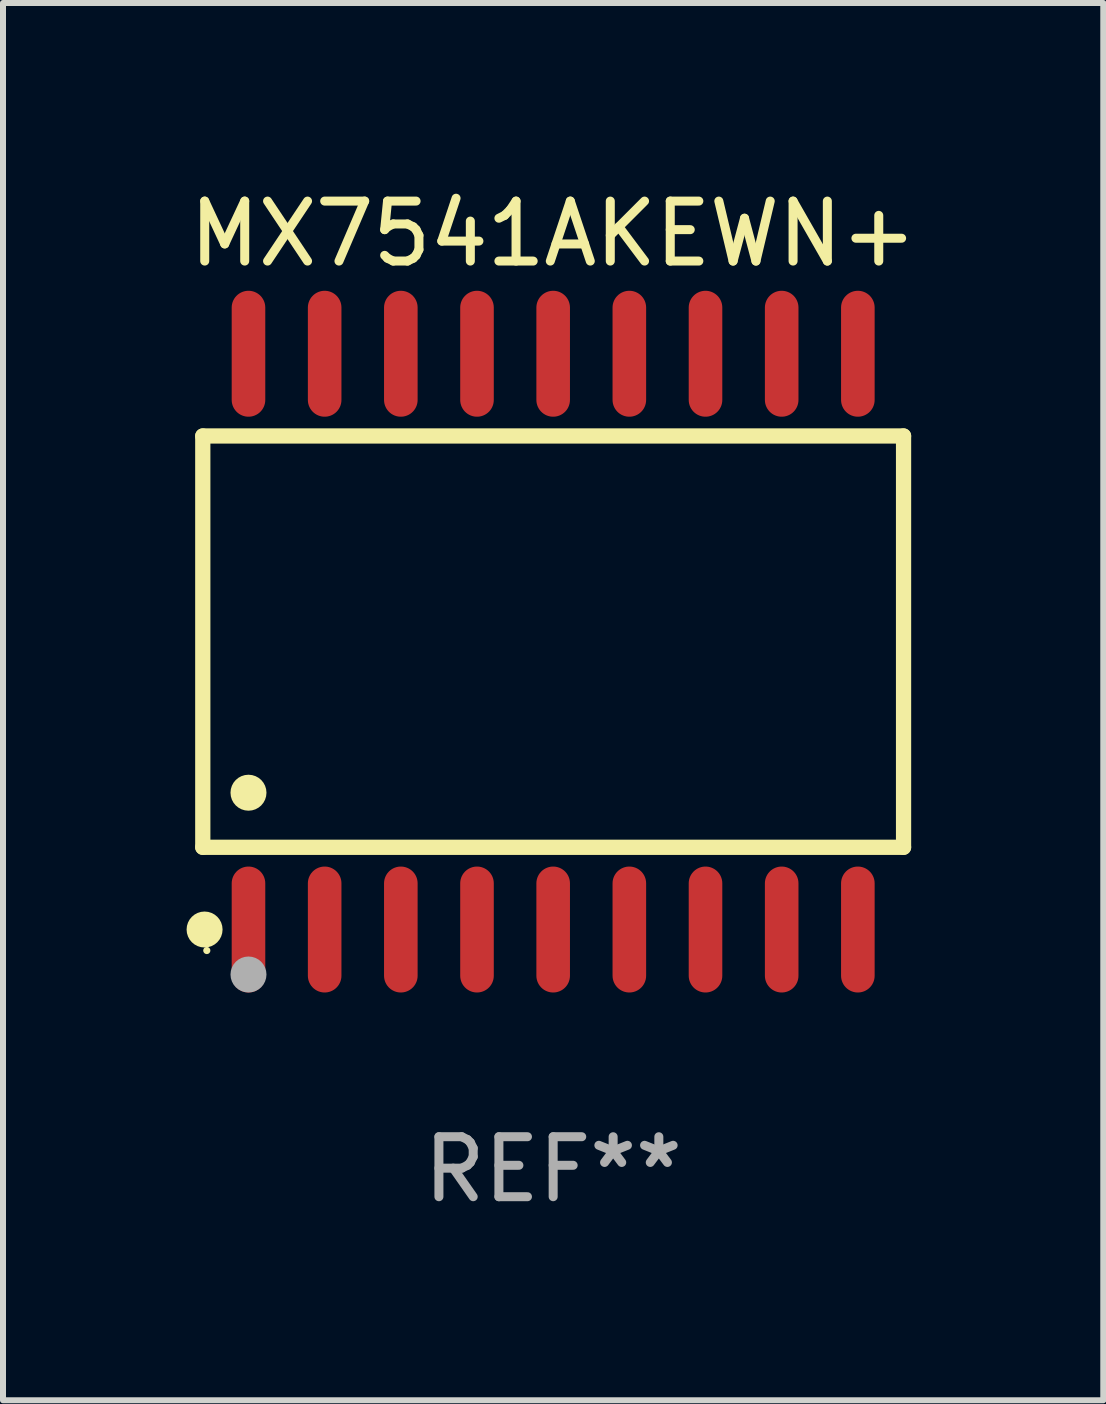
<source format=kicad_pcb>
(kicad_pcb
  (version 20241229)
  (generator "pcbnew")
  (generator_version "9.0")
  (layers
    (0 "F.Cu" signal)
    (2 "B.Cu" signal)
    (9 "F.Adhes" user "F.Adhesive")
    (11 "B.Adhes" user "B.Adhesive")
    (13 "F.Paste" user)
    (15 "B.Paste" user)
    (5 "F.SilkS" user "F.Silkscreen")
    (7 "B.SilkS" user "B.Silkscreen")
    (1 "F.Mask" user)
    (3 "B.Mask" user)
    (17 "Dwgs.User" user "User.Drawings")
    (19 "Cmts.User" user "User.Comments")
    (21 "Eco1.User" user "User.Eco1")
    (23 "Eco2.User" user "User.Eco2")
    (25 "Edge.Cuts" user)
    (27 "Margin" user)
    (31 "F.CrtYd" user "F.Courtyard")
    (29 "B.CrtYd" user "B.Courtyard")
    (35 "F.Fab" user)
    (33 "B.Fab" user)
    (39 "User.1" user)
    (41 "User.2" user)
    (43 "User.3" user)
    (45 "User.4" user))
  (footprint "MX7541AKEWN+"
    (layer "F.Cu")
    (at 6.173 7.648)
    (property "Reference" "MX7541AKEWN+" (at 0 -6.8 0) (layer "F.SilkS") (effects (font (size 1 1) (thickness 0.15))))
    (attr through_hole)
    (fp_line (start -5.842 -3.429) (end -5.842 3.429) (stroke (width 0.254) (type solid)) (layer "F.SilkS"))
    (fp_line (start -5.842 3.429) (end 5.842 3.429) (stroke (width 0.254) (type solid)) (layer "F.SilkS"))
    (fp_line (start 5.842 -3.429) (end -5.842 -3.429) (stroke (width 0.254) (type solid)) (layer "F.SilkS"))
    (fp_line (start 5.842 3.429) (end 5.842 -3.429) (stroke (width 0.254) (type solid)) (layer "F.SilkS"))
    (fp_circle (center -5.812 4.8) (end -5.662 4.8) (stroke (width 0.3) (type solid)) (fill no) (layer "F.SilkS"))
    (fp_circle (center -5.775 5.15) (end -5.745 5.15) (stroke (width 0.06) (type solid)) (fill no) (layer "F.SilkS"))
    (fp_circle (center -5.08 2.519) (end -4.93 2.519) (stroke (width 0.3) (type solid)) (fill no) (layer "F.SilkS"))
    (fp_circle (center -5.08 5.55) (end -4.93 5.55) (stroke (width 0.3) (type solid)) (fill no) (layer "F.Fab"))
    (fp_text user "REF**" (at 0 8.8 0) (layer "F.Fab") (effects (font (size 1 1) (thickness 0.15))))
    (pad "1" smd oval (at -5.08 4.8) (size 0.56 2.1) (layers "F.Cu" "F.Mask" "F.Paste"))
    (pad "2" smd oval (at -3.81 4.8) (size 0.56 2.1) (layers "F.Cu" "F.Mask" "F.Paste"))
    (pad "3" smd oval (at -2.54 4.8) (size 0.56 2.1) (layers "F.Cu" "F.Mask" "F.Paste"))
    (pad "4" smd oval (at -1.27 4.8) (size 0.56 2.1) (layers "F.Cu" "F.Mask" "F.Paste"))
    (pad "5" smd oval (at 0 4.8) (size 0.56 2.1) (layers "F.Cu" "F.Mask" "F.Paste"))
    (pad "6" smd oval (at 1.27 4.8) (size 0.56 2.1) (layers "F.Cu" "F.Mask" "F.Paste"))
    (pad "7" smd oval (at 2.54 4.8) (size 0.56 2.1) (layers "F.Cu" "F.Mask" "F.Paste"))
    (pad "8" smd oval (at 3.81 4.8) (size 0.56 2.1) (layers "F.Cu" "F.Mask" "F.Paste"))
    (pad "9" smd oval (at 5.08 4.8) (size 0.56 2.1) (layers "F.Cu" "F.Mask" "F.Paste"))
    (pad "10" smd oval (at 5.08 -4.8) (size 0.56 2.1) (layers "F.Cu" "F.Mask" "F.Paste"))
    (pad "11" smd oval (at 3.81 -4.8) (size 0.56 2.1) (layers "F.Cu" "F.Mask" "F.Paste"))
    (pad "12" smd oval (at 2.54 -4.8) (size 0.56 2.1) (layers "F.Cu" "F.Mask" "F.Paste"))
    (pad "13" smd oval (at 1.27 -4.8) (size 0.56 2.1) (layers "F.Cu" "F.Mask" "F.Paste"))
    (pad "14" smd oval (at 0 -4.8) (size 0.56 2.1) (layers "F.Cu" "F.Mask" "F.Paste"))
    (pad "15" smd oval (at -1.27 -4.8) (size 0.56 2.1) (layers "F.Cu" "F.Mask" "F.Paste"))
    (pad "16" smd oval (at -2.54 -4.8) (size 0.56 2.1) (layers "F.Cu" "F.Mask" "F.Paste"))
    (pad "17" smd oval (at -3.81 -4.8) (size 0.56 2.1) (layers "F.Cu" "F.Mask" "F.Paste"))
    (pad "18" smd oval (at -5.08 -4.8) (size 0.56 2.1) (layers "F.Cu" "F.Mask" "F.Paste")))
  (gr_rect
    (start -3 -3)
    (end 15.345 20.297)
    (stroke (width 0.1) (type default))
    (fill no)
    (layer "Edge.Cuts")))
</source>
